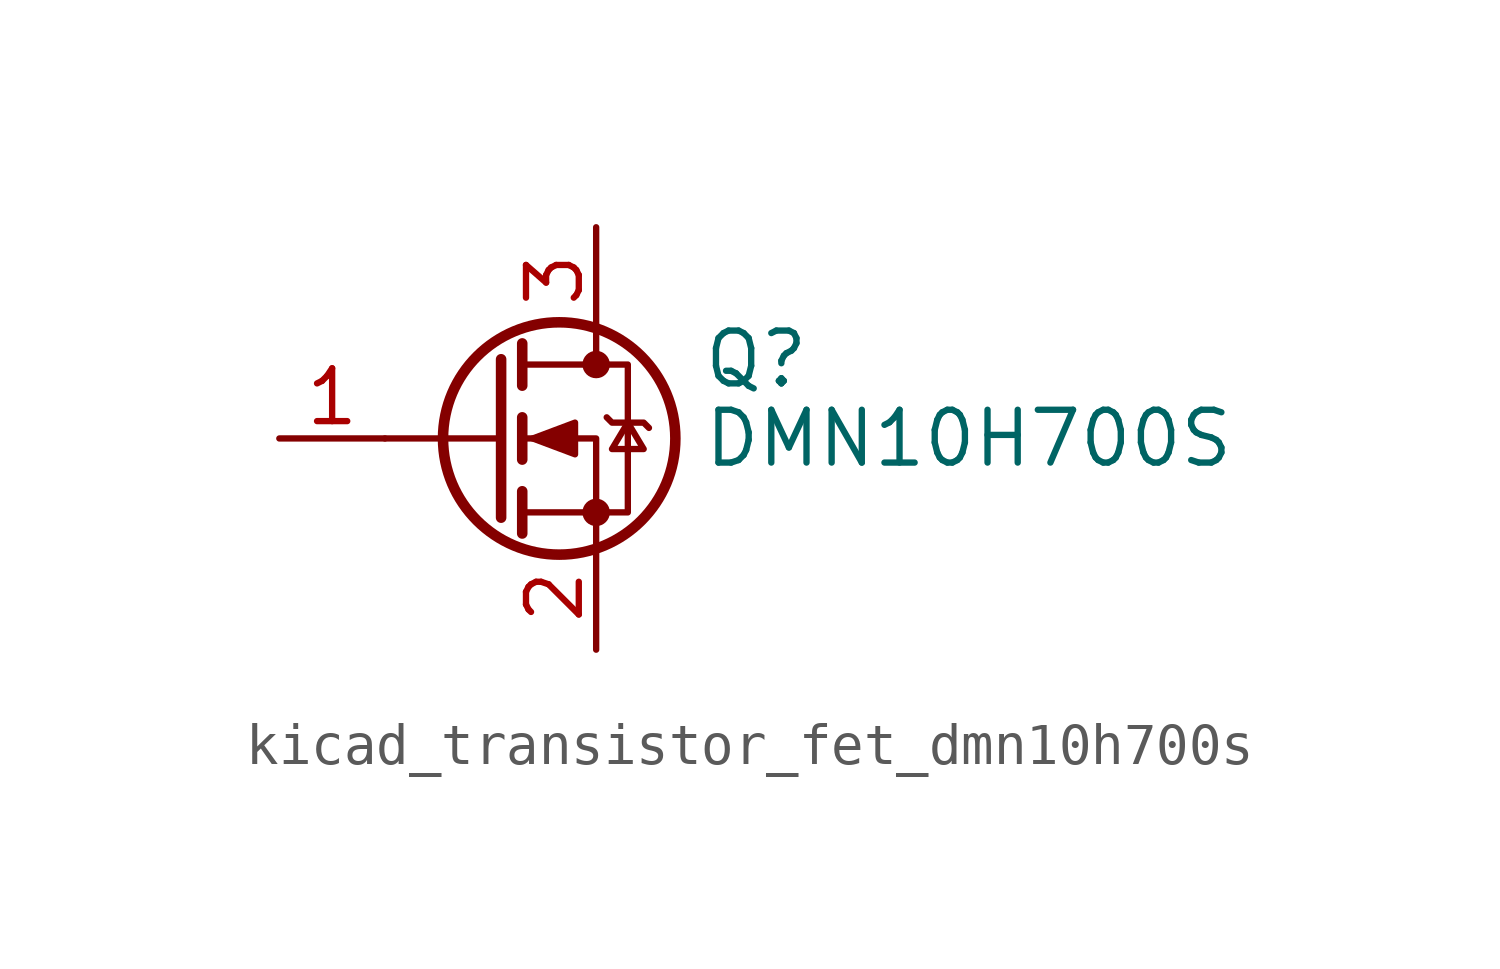
<source format=kicad_sym>
(kicad_symbol_lib
  (version 20220914)
  (generator kicad_symbol_editor)
  (symbol "kicad_transistor_fet_dmn10h700s"
    (pin_names hide)
    (property "Reference" "Q"
      (at 5.08 1.905 0)
      (effects (font (size 1.27 1.27)) (justify left)))
    (property "Value" "DMN10H700S"
      (at 5.08 0 0)
      (effects (font (size 1.27 1.27)) (justify left)))
    (symbol "kicad_transistor_fet_dmn10h700s_0_1"
      (polyline (pts (xy 0.254 0) (xy -2.54 0)) (stroke (width 0) (type default)) (fill (type none)))
      (polyline (pts (xy 0.254 1.905) (xy 0.254 -1.905)) (stroke (width 0.254) (type default)) (fill (type none)))
      (polyline (pts (xy 0.762 -1.27) (xy 0.762 -2.286)) (stroke (width 0.254) (type default)) (fill (type none)))
      (polyline (pts (xy 0.762 0.508) (xy 0.762 -0.508)) (stroke (width 0.254) (type default)) (fill (type none)))
      (polyline (pts (xy 0.762 2.286) (xy 0.762 1.27)) (stroke (width 0.254) (type default)) (fill (type none)))
      (polyline (pts (xy 2.54 2.54) (xy 2.54 1.778)) (stroke (width 0) (type default)) (fill (type none)))
      (polyline (pts (xy 2.54 -2.54) (xy 2.54 0) (xy 0.762 0)) (stroke (width 0) (type default)) (fill (type none)))
      (polyline (pts (xy 0.762 -1.778) (xy 3.302 -1.778) (xy 3.302 1.778) (xy 0.762 1.778)) (stroke (width 0) (type default)) (fill (type none)))
      (polyline (pts (xy 1.016 0) (xy 2.032 0.381) (xy 2.032 -0.381) (xy 1.016 0)) (stroke (width 0) (type default)) (fill (type outline)))
      (polyline (pts (xy 2.794 0.508) (xy 2.921 0.381) (xy 3.683 0.381) (xy 3.81 0.254)) (stroke (width 0) (type default)) (fill (type none)))
      (polyline (pts (xy 3.302 0.381) (xy 2.921 -0.254) (xy 3.683 -0.254) (xy 3.302 0.381)) (stroke (width 0) (type default)) (fill (type none)))
      (circle (center 1.651 0) (radius 2.794) (stroke (width 0.254) (type default)) (fill (type none)))
      (circle (center 2.54 -1.778) (radius 0.254) (stroke (width 0) (type default)) (fill (type outline)))
      (circle (center 2.54 1.778) (radius 0.254) (stroke (width 0) (type default)) (fill (type outline))))
    (symbol "kicad_transistor_fet_dmn10h700s_1_1"
      (pin input line (at -5.08 0 0) (length 2.54) (name "G" (effects (font (size 1.27 1.27)))) (number "1" (effects (font (size 1.27 1.27)))))
      (pin passive line (at 2.54 -5.08 90) (length 2.54) (name "S" (effects (font (size 1.27 1.27)))) (number "2" (effects (font (size 1.27 1.27)))))
      (pin passive line (at 2.54 5.08 270) (length 2.54) (name "D" (effects (font (size 1.27 1.27)))) (number "3" (effects (font (size 1.27 1.27))))))))
</source>
